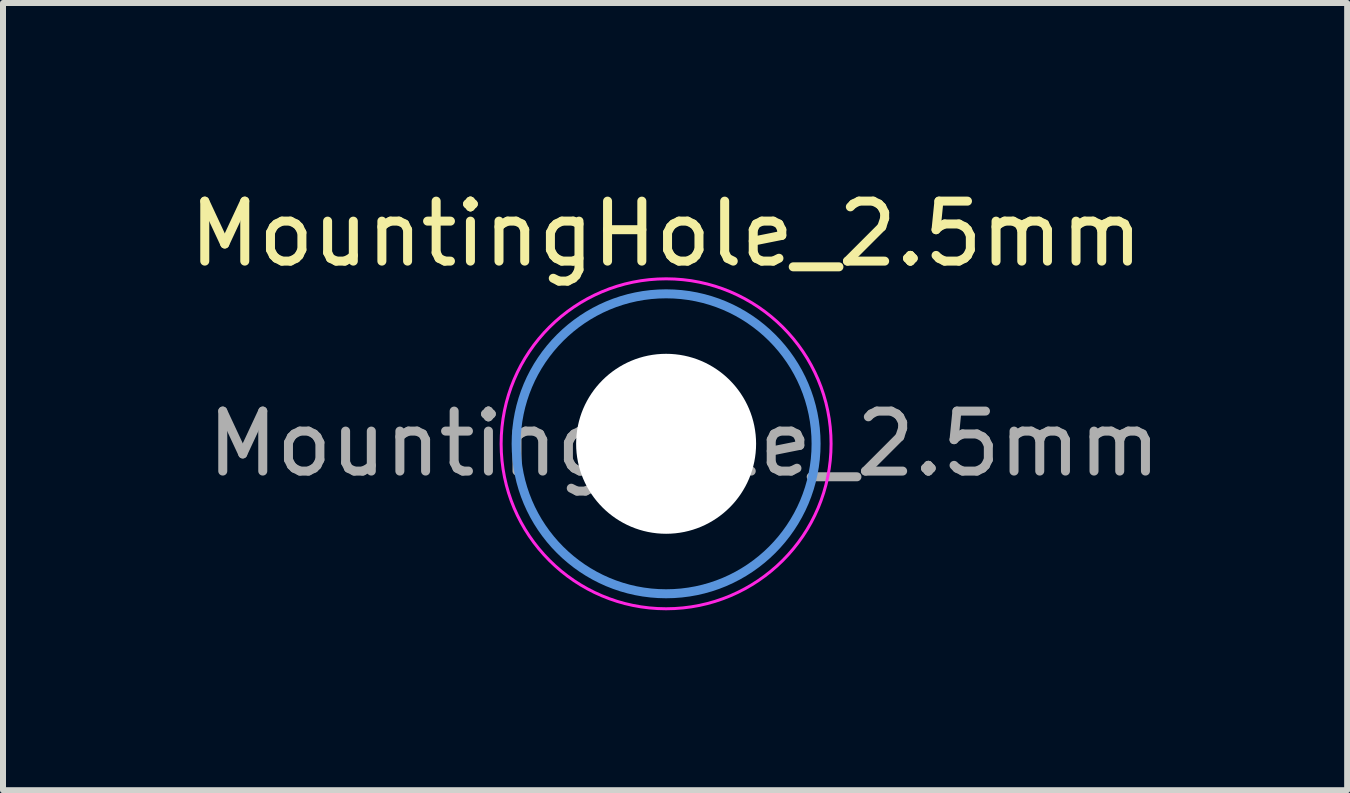
<source format=kicad_pcb>
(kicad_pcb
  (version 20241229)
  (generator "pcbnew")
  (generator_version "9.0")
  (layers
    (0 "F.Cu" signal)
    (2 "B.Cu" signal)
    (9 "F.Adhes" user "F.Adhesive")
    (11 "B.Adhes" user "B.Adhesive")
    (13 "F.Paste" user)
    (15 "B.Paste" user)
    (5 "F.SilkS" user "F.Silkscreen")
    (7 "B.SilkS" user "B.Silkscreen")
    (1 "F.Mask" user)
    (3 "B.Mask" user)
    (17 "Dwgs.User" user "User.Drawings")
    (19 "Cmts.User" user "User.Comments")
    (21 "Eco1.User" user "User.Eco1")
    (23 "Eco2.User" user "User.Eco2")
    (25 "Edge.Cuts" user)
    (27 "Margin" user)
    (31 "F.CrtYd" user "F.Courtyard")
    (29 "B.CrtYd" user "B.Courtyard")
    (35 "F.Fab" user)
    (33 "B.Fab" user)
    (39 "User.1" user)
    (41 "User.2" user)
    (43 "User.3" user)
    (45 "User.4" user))
  (footprint "MountingHole_2.5mm"
    (layer "F.Cu")
    (at 8.054 4.348)
    (property "Reference" "MountingHole_2.5mm" (at 0 -3.5 0) (layer "F.SilkS") (effects (font (size 1 1) (thickness 0.15))))
    (attr exclude_from_pos_files exclude_from_bom)
    (fp_circle (center 0 0) (end 2.5 0) (stroke (width 0.15) (type solid)) (fill no) (layer "Cmts.User"))
    (fp_circle (center 0 0) (end 2.75 0) (stroke (width 0.05) (type solid)) (fill no) (layer "F.CrtYd"))
    (fp_text user "${REFERENCE}" (at 0.3 0 0) (layer "F.Fab") (effects (font (size 1 1) (thickness 0.15))))
    (pad "" np_thru_hole circle (at 0 0) (size 3 3) (drill 3) (layers "*.Cu" "*.Mask")))
  (gr_rect
    (start -3 -3)
    (end 19.407 10.123)
    (stroke (width 0.1) (type default))
    (fill no)
    (layer "Edge.Cuts")))
</source>
